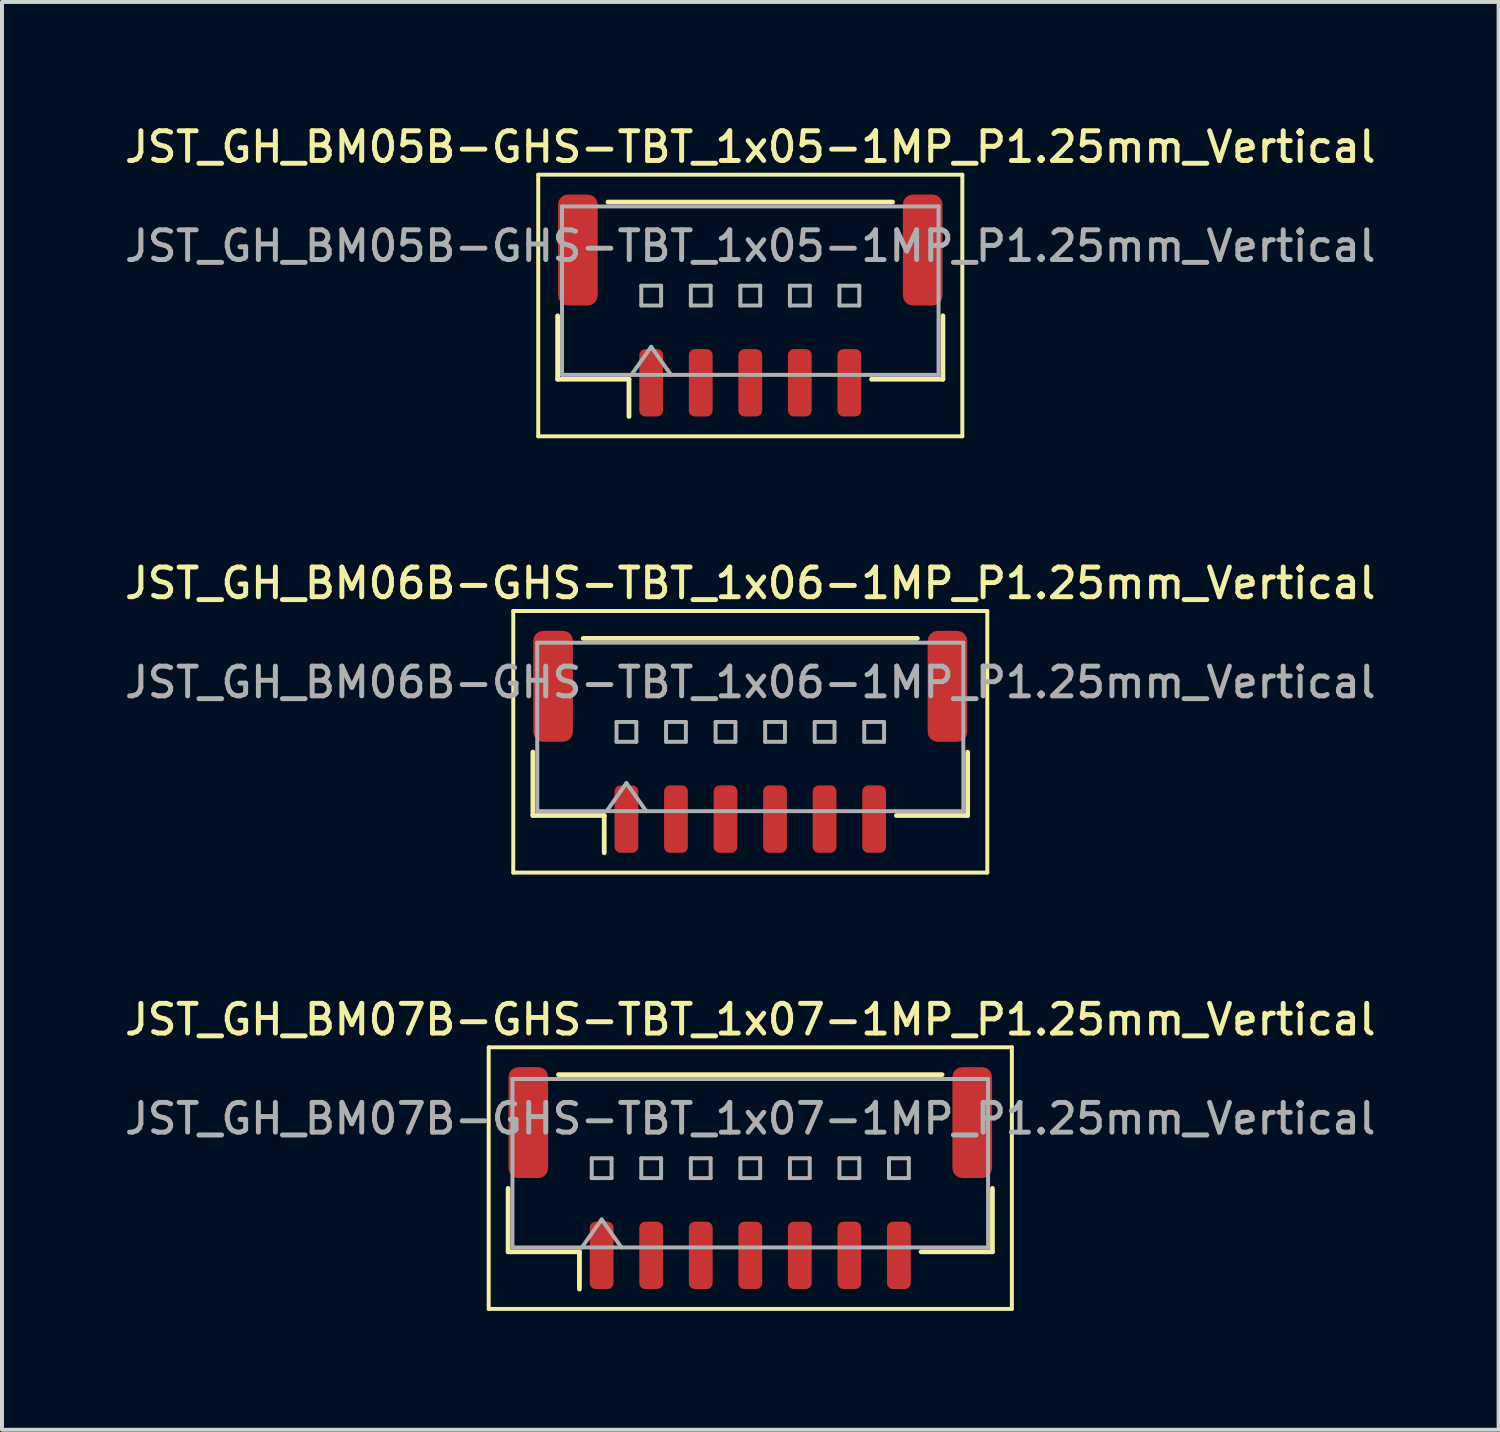
<source format=kicad_pcb>
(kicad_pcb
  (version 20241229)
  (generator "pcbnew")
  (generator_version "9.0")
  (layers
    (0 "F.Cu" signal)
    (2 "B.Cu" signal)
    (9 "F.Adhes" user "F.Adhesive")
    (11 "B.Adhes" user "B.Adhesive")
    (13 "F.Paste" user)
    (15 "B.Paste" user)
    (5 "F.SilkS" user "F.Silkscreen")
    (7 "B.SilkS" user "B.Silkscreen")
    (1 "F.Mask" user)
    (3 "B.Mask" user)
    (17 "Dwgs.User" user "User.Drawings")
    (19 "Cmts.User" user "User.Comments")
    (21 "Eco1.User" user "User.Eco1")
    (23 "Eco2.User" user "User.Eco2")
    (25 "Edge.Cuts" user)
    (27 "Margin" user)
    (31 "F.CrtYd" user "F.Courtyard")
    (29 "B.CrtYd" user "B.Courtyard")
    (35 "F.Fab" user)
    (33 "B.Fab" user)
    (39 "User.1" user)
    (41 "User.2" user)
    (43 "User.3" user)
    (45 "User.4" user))
  (footprint "JST_GH_BM07B-GHS-TBT_1x07-1MP_P1.25mm_Vertical"
    (layer "F.Cu")
    (at 15.88 26.674)
    (property "Reference" "JST_GH_BM07B-GHS-TBT_1x07-1MP_P1.25mm_Vertical" (at 0 -4 0) (layer "F.SilkS") (effects (font (size 0.75 0.75) (thickness 0.125))))
    (attr smd)
    (fp_line (start -6.6 -3.3) (end -6.6 3.3) (stroke (width 0.1) (type solid)) (layer "F.SilkS"))
    (fp_line (start -6.6 3.3) (end 6.6 3.3) (stroke (width 0.1) (type solid)) (layer "F.SilkS"))
    (fp_line (start -6.11 0.26) (end -6.11 1.86) (stroke (width 0.12) (type solid)) (layer "F.SilkS"))
    (fp_line (start -6.11 1.86) (end -4.31 1.86) (stroke (width 0.12) (type solid)) (layer "F.SilkS"))
    (fp_line (start -4.84 -2.61) (end 4.84 -2.61) (stroke (width 0.12) (type solid)) (layer "F.SilkS"))
    (fp_line (start -4.31 1.86) (end -4.31 2.8) (stroke (width 0.12) (type solid)) (layer "F.SilkS"))
    (fp_line (start 6.11 0.26) (end 6.11 1.86) (stroke (width 0.12) (type solid)) (layer "F.SilkS"))
    (fp_line (start 6.11 1.86) (end 4.31 1.86) (stroke (width 0.12) (type solid)) (layer "F.SilkS"))
    (fp_line (start 6.6 -3.3) (end -6.6 -3.3) (stroke (width 0.1) (type solid)) (layer "F.SilkS"))
    (fp_line (start 6.6 3.3) (end 6.6 -3.3) (stroke (width 0.1) (type solid)) (layer "F.SilkS"))
    (fp_line (start -6 -2.5) (end 6 -2.5) (stroke (width 0.1) (type solid)) (layer "F.Fab"))
    (fp_line (start -6 1.75) (end -6 -2.5) (stroke (width 0.1) (type solid)) (layer "F.Fab"))
    (fp_line (start -6 1.75) (end 6 1.75) (stroke (width 0.1) (type solid)) (layer "F.Fab"))
    (fp_line (start -4.25 1.75) (end -3.75 1.043) (stroke (width 0.1) (type solid)) (layer "F.Fab"))
    (fp_line (start -4 -0.5) (end -4 0) (stroke (width 0.1) (type solid)) (layer "F.Fab"))
    (fp_line (start -4 0) (end -3.5 0) (stroke (width 0.1) (type solid)) (layer "F.Fab"))
    (fp_line (start -3.75 1.043) (end -3.25 1.75) (stroke (width 0.1) (type solid)) (layer "F.Fab"))
    (fp_line (start -3.5 -0.5) (end -4 -0.5) (stroke (width 0.1) (type solid)) (layer "F.Fab"))
    (fp_line (start -3.5 0) (end -3.5 -0.5) (stroke (width 0.1) (type solid)) (layer "F.Fab"))
    (fp_line (start -2.75 -0.5) (end -2.75 0) (stroke (width 0.1) (type solid)) (layer "F.Fab"))
    (fp_line (start -2.75 0) (end -2.25 0) (stroke (width 0.1) (type solid)) (layer "F.Fab"))
    (fp_line (start -2.25 -0.5) (end -2.75 -0.5) (stroke (width 0.1) (type solid)) (layer "F.Fab"))
    (fp_line (start -2.25 0) (end -2.25 -0.5) (stroke (width 0.1) (type solid)) (layer "F.Fab"))
    (fp_line (start -1.5 -0.5) (end -1.5 0) (stroke (width 0.1) (type solid)) (layer "F.Fab"))
    (fp_line (start -1.5 0) (end -1 0) (stroke (width 0.1) (type solid)) (layer "F.Fab"))
    (fp_line (start -1 -0.5) (end -1.5 -0.5) (stroke (width 0.1) (type solid)) (layer "F.Fab"))
    (fp_line (start -1 0) (end -1 -0.5) (stroke (width 0.1) (type solid)) (layer "F.Fab"))
    (fp_line (start -0.25 -0.5) (end -0.25 0) (stroke (width 0.1) (type solid)) (layer "F.Fab"))
    (fp_line (start -0.25 0) (end 0.25 0) (stroke (width 0.1) (type solid)) (layer "F.Fab"))
    (fp_line (start 0.25 -0.5) (end -0.25 -0.5) (stroke (width 0.1) (type solid)) (layer "F.Fab"))
    (fp_line (start 0.25 0) (end 0.25 -0.5) (stroke (width 0.1) (type solid)) (layer "F.Fab"))
    (fp_line (start 1 -0.5) (end 1 0) (stroke (width 0.1) (type solid)) (layer "F.Fab"))
    (fp_line (start 1 0) (end 1.5 0) (stroke (width 0.1) (type solid)) (layer "F.Fab"))
    (fp_line (start 1.5 -0.5) (end 1 -0.5) (stroke (width 0.1) (type solid)) (layer "F.Fab"))
    (fp_line (start 1.5 0) (end 1.5 -0.5) (stroke (width 0.1) (type solid)) (layer "F.Fab"))
    (fp_line (start 2.25 -0.5) (end 2.25 0) (stroke (width 0.1) (type solid)) (layer "F.Fab"))
    (fp_line (start 2.25 0) (end 2.75 0) (stroke (width 0.1) (type solid)) (layer "F.Fab"))
    (fp_line (start 2.75 -0.5) (end 2.25 -0.5) (stroke (width 0.1) (type solid)) (layer "F.Fab"))
    (fp_line (start 2.75 0) (end 2.75 -0.5) (stroke (width 0.1) (type solid)) (layer "F.Fab"))
    (fp_line (start 3.5 -0.5) (end 3.5 0) (stroke (width 0.1) (type solid)) (layer "F.Fab"))
    (fp_line (start 3.5 0) (end 4 0) (stroke (width 0.1) (type solid)) (layer "F.Fab"))
    (fp_line (start 4 -0.5) (end 3.5 -0.5) (stroke (width 0.1) (type solid)) (layer "F.Fab"))
    (fp_line (start 4 0) (end 4 -0.5) (stroke (width 0.1) (type solid)) (layer "F.Fab"))
    (fp_line (start 6 1.75) (end 6 -2.5) (stroke (width 0.1) (type solid)) (layer "F.Fab"))
    (fp_text user "${REFERENCE}" (at 0 -1.5 0) (layer "F.Fab") (effects (font (size 0.75 0.75) (thickness 0.125))))
    (pad "1" smd roundrect (at -3.75 1.95) (size 0.6 1.7) (layers "F.Cu" "F.Mask" "F.Paste") (roundrect_rratio 0.25))
    (pad "2" smd roundrect (at -2.5 1.95) (size 0.6 1.7) (layers "F.Cu" "F.Mask" "F.Paste") (roundrect_rratio 0.25))
    (pad "3" smd roundrect (at -1.25 1.95) (size 0.6 1.7) (layers "F.Cu" "F.Mask" "F.Paste") (roundrect_rratio 0.25))
    (pad "4" smd roundrect (at 0 1.95) (size 0.6 1.7) (layers "F.Cu" "F.Mask" "F.Paste") (roundrect_rratio 0.25))
    (pad "5" smd roundrect (at 1.25 1.95) (size 0.6 1.7) (layers "F.Cu" "F.Mask" "F.Paste") (roundrect_rratio 0.25))
    (pad "6" smd roundrect (at 2.5 1.95) (size 0.6 1.7) (layers "F.Cu" "F.Mask" "F.Paste") (roundrect_rratio 0.25))
    (pad "7" smd roundrect (at 3.75 1.95) (size 0.6 1.7) (layers "F.Cu" "F.Mask" "F.Paste") (roundrect_rratio 0.25))
    (pad "MP" smd roundrect (at -5.6 -1.4) (size 1 2.8) (layers "F.Cu" "F.Mask" "F.Paste") (roundrect_rratio 0.25))
    (pad "MP" smd roundrect (at 5.6 -1.4) (size 1 2.8) (layers "F.Cu" "F.Mask" "F.Paste") (roundrect_rratio 0.25)))
  (footprint "JST_GH_BM05B-GHS-TBT_1x05-1MP_P1.25mm_Vertical"
    (layer "F.Cu")
    (at 15.88 4.658)
    (property "Reference" "JST_GH_BM05B-GHS-TBT_1x05-1MP_P1.25mm_Vertical" (at 0 -4 0) (layer "F.SilkS") (effects (font (size 0.75 0.75) (thickness 0.125))))
    (attr smd)
    (fp_line (start -5.35 -3.3) (end -5.35 3.3) (stroke (width 0.1) (type solid)) (layer "F.SilkS"))
    (fp_line (start -5.35 3.3) (end 5.35 3.3) (stroke (width 0.1) (type solid)) (layer "F.SilkS"))
    (fp_line (start -4.86 0.26) (end -4.86 1.86) (stroke (width 0.12) (type solid)) (layer "F.SilkS"))
    (fp_line (start -4.86 1.86) (end -3.06 1.86) (stroke (width 0.12) (type solid)) (layer "F.SilkS"))
    (fp_line (start -3.59 -2.61) (end 3.59 -2.61) (stroke (width 0.12) (type solid)) (layer "F.SilkS"))
    (fp_line (start -3.06 1.86) (end -3.06 2.8) (stroke (width 0.12) (type solid)) (layer "F.SilkS"))
    (fp_line (start 4.86 0.26) (end 4.86 1.86) (stroke (width 0.12) (type solid)) (layer "F.SilkS"))
    (fp_line (start 4.86 1.86) (end 3.06 1.86) (stroke (width 0.12) (type solid)) (layer "F.SilkS"))
    (fp_line (start 5.35 -3.3) (end -5.35 -3.3) (stroke (width 0.1) (type solid)) (layer "F.SilkS"))
    (fp_line (start 5.35 3.3) (end 5.35 -3.3) (stroke (width 0.1) (type solid)) (layer "F.SilkS"))
    (fp_line (start -4.75 -2.5) (end 4.75 -2.5) (stroke (width 0.1) (type solid)) (layer "F.Fab"))
    (fp_line (start -4.75 1.75) (end -4.75 -2.5) (stroke (width 0.1) (type solid)) (layer "F.Fab"))
    (fp_line (start -4.75 1.75) (end 4.75 1.75) (stroke (width 0.1) (type solid)) (layer "F.Fab"))
    (fp_line (start -3 1.75) (end -2.5 1.043) (stroke (width 0.1) (type solid)) (layer "F.Fab"))
    (fp_line (start -2.75 -0.5) (end -2.75 0) (stroke (width 0.1) (type solid)) (layer "F.Fab"))
    (fp_line (start -2.75 0) (end -2.25 0) (stroke (width 0.1) (type solid)) (layer "F.Fab"))
    (fp_line (start -2.5 1.043) (end -2 1.75) (stroke (width 0.1) (type solid)) (layer "F.Fab"))
    (fp_line (start -2.25 -0.5) (end -2.75 -0.5) (stroke (width 0.1) (type solid)) (layer "F.Fab"))
    (fp_line (start -2.25 0) (end -2.25 -0.5) (stroke (width 0.1) (type solid)) (layer "F.Fab"))
    (fp_line (start -1.5 -0.5) (end -1.5 0) (stroke (width 0.1) (type solid)) (layer "F.Fab"))
    (fp_line (start -1.5 0) (end -1 0) (stroke (width 0.1) (type solid)) (layer "F.Fab"))
    (fp_line (start -1 -0.5) (end -1.5 -0.5) (stroke (width 0.1) (type solid)) (layer "F.Fab"))
    (fp_line (start -1 0) (end -1 -0.5) (stroke (width 0.1) (type solid)) (layer "F.Fab"))
    (fp_line (start -0.25 -0.5) (end -0.25 0) (stroke (width 0.1) (type solid)) (layer "F.Fab"))
    (fp_line (start -0.25 0) (end 0.25 0) (stroke (width 0.1) (type solid)) (layer "F.Fab"))
    (fp_line (start 0.25 -0.5) (end -0.25 -0.5) (stroke (width 0.1) (type solid)) (layer "F.Fab"))
    (fp_line (start 0.25 0) (end 0.25 -0.5) (stroke (width 0.1) (type solid)) (layer "F.Fab"))
    (fp_line (start 1 -0.5) (end 1 0) (stroke (width 0.1) (type solid)) (layer "F.Fab"))
    (fp_line (start 1 0) (end 1.5 0) (stroke (width 0.1) (type solid)) (layer "F.Fab"))
    (fp_line (start 1.5 -0.5) (end 1 -0.5) (stroke (width 0.1) (type solid)) (layer "F.Fab"))
    (fp_line (start 1.5 0) (end 1.5 -0.5) (stroke (width 0.1) (type solid)) (layer "F.Fab"))
    (fp_line (start 2.25 -0.5) (end 2.25 0) (stroke (width 0.1) (type solid)) (layer "F.Fab"))
    (fp_line (start 2.25 0) (end 2.75 0) (stroke (width 0.1) (type solid)) (layer "F.Fab"))
    (fp_line (start 2.75 -0.5) (end 2.25 -0.5) (stroke (width 0.1) (type solid)) (layer "F.Fab"))
    (fp_line (start 2.75 0) (end 2.75 -0.5) (stroke (width 0.1) (type solid)) (layer "F.Fab"))
    (fp_line (start 4.75 1.75) (end 4.75 -2.5) (stroke (width 0.1) (type solid)) (layer "F.Fab"))
    (fp_text user "${REFERENCE}" (at 0 -1.5 0) (layer "F.Fab") (effects (font (size 0.75 0.75) (thickness 0.125))))
    (pad "1" smd roundrect (at -2.5 1.95) (size 0.6 1.7) (layers "F.Cu" "F.Mask" "F.Paste") (roundrect_rratio 0.25))
    (pad "2" smd roundrect (at -1.25 1.95) (size 0.6 1.7) (layers "F.Cu" "F.Mask" "F.Paste") (roundrect_rratio 0.25))
    (pad "3" smd roundrect (at 0 1.95) (size 0.6 1.7) (layers "F.Cu" "F.Mask" "F.Paste") (roundrect_rratio 0.25))
    (pad "4" smd roundrect (at 1.25 1.95) (size 0.6 1.7) (layers "F.Cu" "F.Mask" "F.Paste") (roundrect_rratio 0.25))
    (pad "5" smd roundrect (at 2.5 1.95) (size 0.6 1.7) (layers "F.Cu" "F.Mask" "F.Paste") (roundrect_rratio 0.25))
    (pad "MP" smd roundrect (at -4.35 -1.4) (size 1 2.8) (layers "F.Cu" "F.Mask" "F.Paste") (roundrect_rratio 0.25))
    (pad "MP" smd roundrect (at 4.35 -1.4) (size 1 2.8) (layers "F.Cu" "F.Mask" "F.Paste") (roundrect_rratio 0.25)))
  (footprint "JST_GH_BM06B-GHS-TBT_1x06-1MP_P1.25mm_Vertical"
    (layer "F.Cu")
    (at 15.88 15.666)
    (property "Reference" "JST_GH_BM06B-GHS-TBT_1x06-1MP_P1.25mm_Vertical" (at 0 -4 0) (layer "F.SilkS") (effects (font (size 0.75 0.75) (thickness 0.125))))
    (attr smd)
    (fp_line (start -5.98 -3.3) (end -5.98 3.3) (stroke (width 0.1) (type solid)) (layer "F.SilkS"))
    (fp_line (start -5.98 3.3) (end 5.98 3.3) (stroke (width 0.1) (type solid)) (layer "F.SilkS"))
    (fp_line (start -5.485 0.26) (end -5.485 1.86) (stroke (width 0.12) (type solid)) (layer "F.SilkS"))
    (fp_line (start -5.485 1.86) (end -3.685 1.86) (stroke (width 0.12) (type solid)) (layer "F.SilkS"))
    (fp_line (start -4.215 -2.61) (end 4.215 -2.61) (stroke (width 0.12) (type solid)) (layer "F.SilkS"))
    (fp_line (start -3.685 1.86) (end -3.685 2.8) (stroke (width 0.12) (type solid)) (layer "F.SilkS"))
    (fp_line (start 5.485 0.26) (end 5.485 1.86) (stroke (width 0.12) (type solid)) (layer "F.SilkS"))
    (fp_line (start 5.485 1.86) (end 3.685 1.86) (stroke (width 0.12) (type solid)) (layer "F.SilkS"))
    (fp_line (start 5.98 -3.3) (end -5.98 -3.3) (stroke (width 0.1) (type solid)) (layer "F.SilkS"))
    (fp_line (start 5.98 3.3) (end 5.98 -3.3) (stroke (width 0.1) (type solid)) (layer "F.SilkS"))
    (fp_line (start -5.375 -2.5) (end 5.375 -2.5) (stroke (width 0.1) (type solid)) (layer "F.Fab"))
    (fp_line (start -5.375 1.75) (end -5.375 -2.5) (stroke (width 0.1) (type solid)) (layer "F.Fab"))
    (fp_line (start -5.375 1.75) (end 5.375 1.75) (stroke (width 0.1) (type solid)) (layer "F.Fab"))
    (fp_line (start -3.625 1.75) (end -3.125 1.043) (stroke (width 0.1) (type solid)) (layer "F.Fab"))
    (fp_line (start -3.375 -0.5) (end -3.375 0) (stroke (width 0.1) (type solid)) (layer "F.Fab"))
    (fp_line (start -3.375 0) (end -2.875 0) (stroke (width 0.1) (type solid)) (layer "F.Fab"))
    (fp_line (start -3.125 1.043) (end -2.625 1.75) (stroke (width 0.1) (type solid)) (layer "F.Fab"))
    (fp_line (start -2.875 -0.5) (end -3.375 -0.5) (stroke (width 0.1) (type solid)) (layer "F.Fab"))
    (fp_line (start -2.875 0) (end -2.875 -0.5) (stroke (width 0.1) (type solid)) (layer "F.Fab"))
    (fp_line (start -2.125 -0.5) (end -2.125 0) (stroke (width 0.1) (type solid)) (layer "F.Fab"))
    (fp_line (start -2.125 0) (end -1.625 0) (stroke (width 0.1) (type solid)) (layer "F.Fab"))
    (fp_line (start -1.625 -0.5) (end -2.125 -0.5) (stroke (width 0.1) (type solid)) (layer "F.Fab"))
    (fp_line (start -1.625 0) (end -1.625 -0.5) (stroke (width 0.1) (type solid)) (layer "F.Fab"))
    (fp_line (start -0.875 -0.5) (end -0.875 0) (stroke (width 0.1) (type solid)) (layer "F.Fab"))
    (fp_line (start -0.875 0) (end -0.375 0) (stroke (width 0.1) (type solid)) (layer "F.Fab"))
    (fp_line (start -0.375 -0.5) (end -0.875 -0.5) (stroke (width 0.1) (type solid)) (layer "F.Fab"))
    (fp_line (start -0.375 0) (end -0.375 -0.5) (stroke (width 0.1) (type solid)) (layer "F.Fab"))
    (fp_line (start 0.375 -0.5) (end 0.375 0) (stroke (width 0.1) (type solid)) (layer "F.Fab"))
    (fp_line (start 0.375 0) (end 0.875 0) (stroke (width 0.1) (type solid)) (layer "F.Fab"))
    (fp_line (start 0.875 -0.5) (end 0.375 -0.5) (stroke (width 0.1) (type solid)) (layer "F.Fab"))
    (fp_line (start 0.875 0) (end 0.875 -0.5) (stroke (width 0.1) (type solid)) (layer "F.Fab"))
    (fp_line (start 1.625 -0.5) (end 1.625 0) (stroke (width 0.1) (type solid)) (layer "F.Fab"))
    (fp_line (start 1.625 0) (end 2.125 0) (stroke (width 0.1) (type solid)) (layer "F.Fab"))
    (fp_line (start 2.125 -0.5) (end 1.625 -0.5) (stroke (width 0.1) (type solid)) (layer "F.Fab"))
    (fp_line (start 2.125 0) (end 2.125 -0.5) (stroke (width 0.1) (type solid)) (layer "F.Fab"))
    (fp_line (start 2.875 -0.5) (end 2.875 0) (stroke (width 0.1) (type solid)) (layer "F.Fab"))
    (fp_line (start 2.875 0) (end 3.375 0) (stroke (width 0.1) (type solid)) (layer "F.Fab"))
    (fp_line (start 3.375 -0.5) (end 2.875 -0.5) (stroke (width 0.1) (type solid)) (layer "F.Fab"))
    (fp_line (start 3.375 0) (end 3.375 -0.5) (stroke (width 0.1) (type solid)) (layer "F.Fab"))
    (fp_line (start 5.375 1.75) (end 5.375 -2.5) (stroke (width 0.1) (type solid)) (layer "F.Fab"))
    (fp_text user "${REFERENCE}" (at 0 -1.5 0) (layer "F.Fab") (effects (font (size 0.75 0.75) (thickness 0.125))))
    (pad "1" smd roundrect (at -3.125 1.95) (size 0.6 1.7) (layers "F.Cu" "F.Mask" "F.Paste") (roundrect_rratio 0.25))
    (pad "2" smd roundrect (at -1.875 1.95) (size 0.6 1.7) (layers "F.Cu" "F.Mask" "F.Paste") (roundrect_rratio 0.25))
    (pad "3" smd roundrect (at -0.625 1.95) (size 0.6 1.7) (layers "F.Cu" "F.Mask" "F.Paste") (roundrect_rratio 0.25))
    (pad "4" smd roundrect (at 0.625 1.95) (size 0.6 1.7) (layers "F.Cu" "F.Mask" "F.Paste") (roundrect_rratio 0.25))
    (pad "5" smd roundrect (at 1.875 1.95) (size 0.6 1.7) (layers "F.Cu" "F.Mask" "F.Paste") (roundrect_rratio 0.25))
    (pad "6" smd roundrect (at 3.125 1.95) (size 0.6 1.7) (layers "F.Cu" "F.Mask" "F.Paste") (roundrect_rratio 0.25))
    (pad "MP" smd roundrect (at -4.975 -1.4) (size 1 2.8) (layers "F.Cu" "F.Mask" "F.Paste") (roundrect_rratio 0.25))
    (pad "MP" smd roundrect (at 4.975 -1.4) (size 1 2.8) (layers "F.Cu" "F.Mask" "F.Paste") (roundrect_rratio 0.25)))
  (gr_rect
    (start -3 -3)
    (end 34.761 33.024)
    (stroke (width 0.1) (type default))
    (fill no)
    (layer "Edge.Cuts")))
</source>
